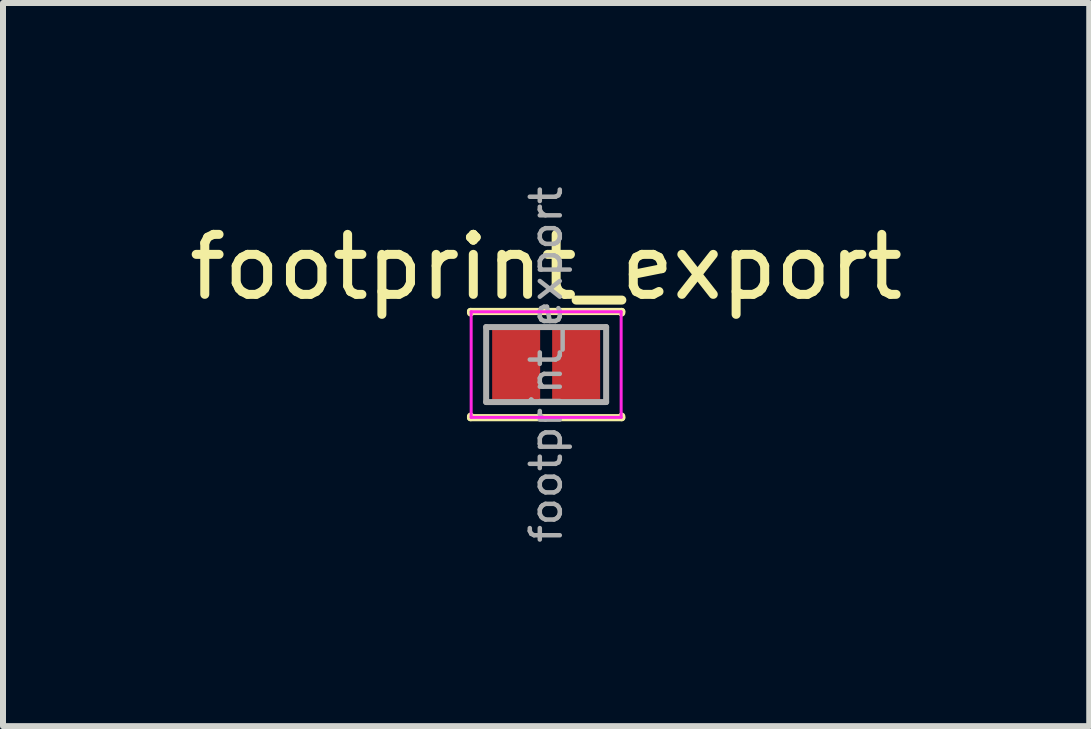
<source format=kicad_pcb>
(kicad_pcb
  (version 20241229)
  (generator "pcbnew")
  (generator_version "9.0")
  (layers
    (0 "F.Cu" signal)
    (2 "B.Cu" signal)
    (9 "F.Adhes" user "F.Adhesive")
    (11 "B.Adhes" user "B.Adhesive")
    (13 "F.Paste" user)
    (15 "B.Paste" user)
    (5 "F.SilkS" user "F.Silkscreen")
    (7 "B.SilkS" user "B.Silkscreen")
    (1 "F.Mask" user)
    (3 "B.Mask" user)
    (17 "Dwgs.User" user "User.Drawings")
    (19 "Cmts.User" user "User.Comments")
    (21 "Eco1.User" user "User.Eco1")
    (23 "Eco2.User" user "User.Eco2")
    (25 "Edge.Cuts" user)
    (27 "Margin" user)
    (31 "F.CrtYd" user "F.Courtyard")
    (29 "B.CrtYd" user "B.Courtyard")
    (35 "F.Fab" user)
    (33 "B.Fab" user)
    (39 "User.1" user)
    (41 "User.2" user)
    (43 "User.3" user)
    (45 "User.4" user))
  (footprint "footprint_export"
    (layer "F.Cu")
    (at 6.054 3.027)
    (property "Reference" "footprint_export" (at 0 -1.625 0) (layer "F.SilkS") (effects (font (size 1 1) (thickness 0.15))))
    (attr smd)
    (fp_line (start -1.26 -0.885) (end -1.26 -0.86) (stroke (width 0.12) (type solid)) (layer "F.SilkS"))
    (fp_line (start -1.26 -0.885) (end 1.26 -0.885) (stroke (width 0.12) (type solid)) (layer "F.SilkS"))
    (fp_line (start -1.26 0.885) (end -1.26 0.86) (stroke (width 0.12) (type solid)) (layer "F.SilkS"))
    (fp_line (start -1.26 0.885) (end 1.26 0.885) (stroke (width 0.12) (type solid)) (layer "F.SilkS"))
    (fp_line (start 1.26 -0.885) (end 1.26 -0.86) (stroke (width 0.12) (type solid)) (layer "F.SilkS"))
    (fp_line (start 1.26 0.885) (end 1.26 0.86) (stroke (width 0.12) (type solid)) (layer "F.SilkS"))
    (fp_line (start -1.25 -0.88) (end -1.25 0.88) (stroke (width 0.05) (type solid)) (layer "F.CrtYd"))
    (fp_line (start -1.25 0.88) (end 1.25 0.88) (stroke (width 0.05) (type solid)) (layer "F.CrtYd"))
    (fp_line (start 1.25 -0.88) (end -1.25 -0.88) (stroke (width 0.05) (type solid)) (layer "F.CrtYd"))
    (fp_line (start 1.25 0.88) (end 1.25 -0.88) (stroke (width 0.05) (type solid)) (layer "F.CrtYd"))
    (fp_line (start -1 -0.625) (end -1 0.625) (stroke (width 0.1) (type solid)) (layer "F.Fab"))
    (fp_line (start -1 0.625) (end 1 0.625) (stroke (width 0.1) (type solid)) (layer "F.Fab"))
    (fp_line (start 1 -0.625) (end -1 -0.625) (stroke (width 0.1) (type solid)) (layer "F.Fab"))
    (fp_line (start 1 0.625) (end 1 -0.625) (stroke (width 0.1) (type solid)) (layer "F.Fab"))
    (fp_text user "${REFERENCE}" (at 0 0 90) (layer "F.Fab") (effects (font (size 0.5 0.5) (thickness 0.075))))
    (pad "1" smd rect (at -0.5 0) (size 0.8 1.2) (layers "F.Cu" "F.Mask" "F.Paste"))
    (pad "2" smd rect (at 0.5 0) (size 0.8 1.2) (layers "F.Cu" "F.Mask" "F.Paste")))
  (gr_rect
    (start -3 -3)
    (end 15.107 9.054)
    (stroke (width 0.1) (type default))
    (fill no)
    (layer "Edge.Cuts")))
</source>
